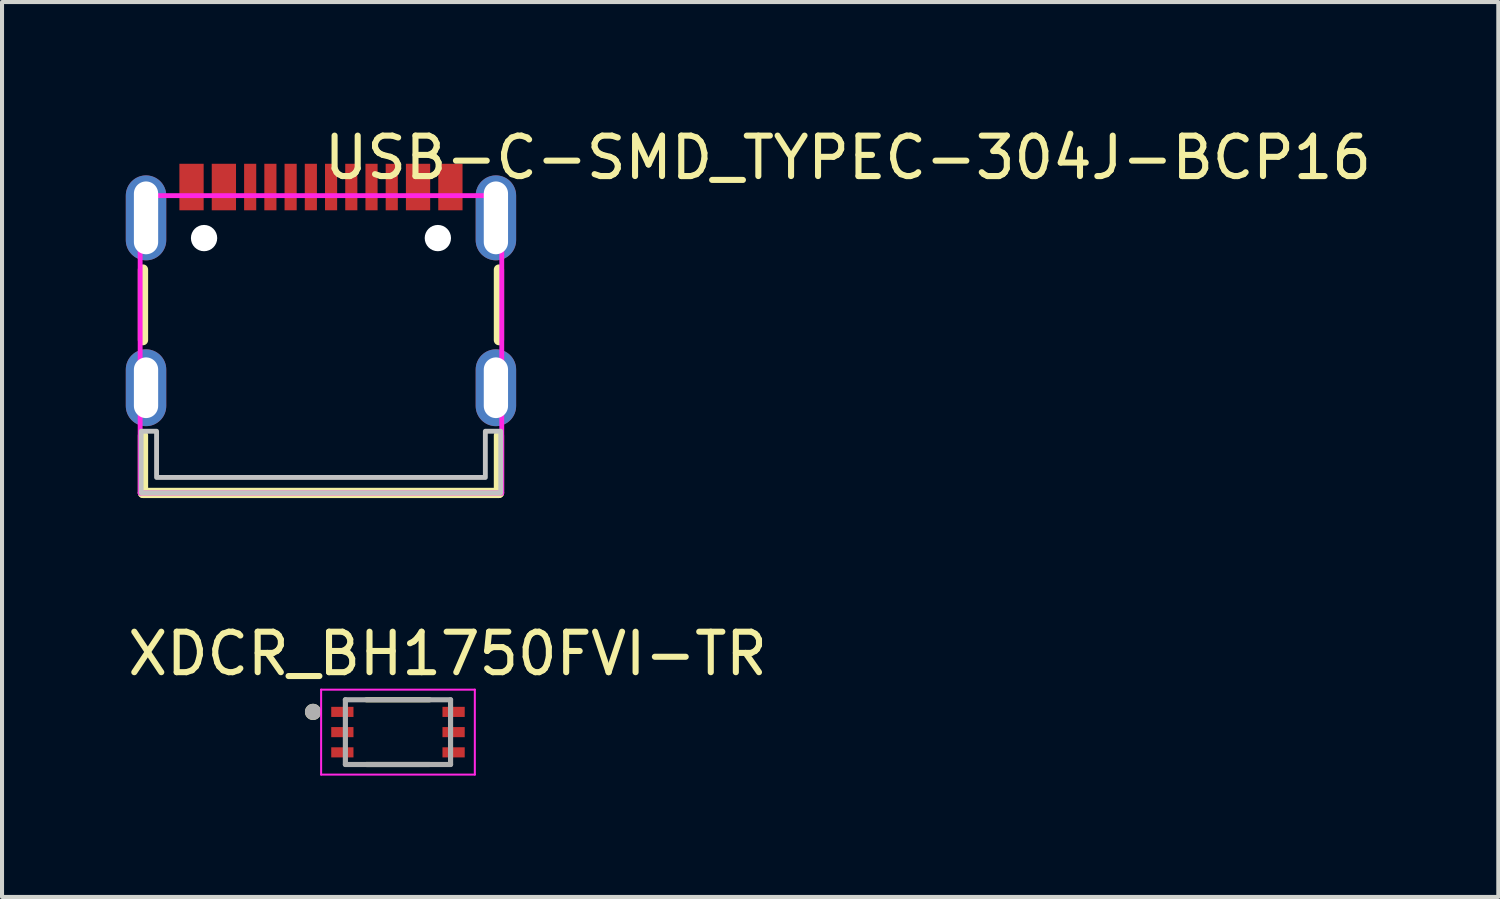
<source format=kicad_pcb>
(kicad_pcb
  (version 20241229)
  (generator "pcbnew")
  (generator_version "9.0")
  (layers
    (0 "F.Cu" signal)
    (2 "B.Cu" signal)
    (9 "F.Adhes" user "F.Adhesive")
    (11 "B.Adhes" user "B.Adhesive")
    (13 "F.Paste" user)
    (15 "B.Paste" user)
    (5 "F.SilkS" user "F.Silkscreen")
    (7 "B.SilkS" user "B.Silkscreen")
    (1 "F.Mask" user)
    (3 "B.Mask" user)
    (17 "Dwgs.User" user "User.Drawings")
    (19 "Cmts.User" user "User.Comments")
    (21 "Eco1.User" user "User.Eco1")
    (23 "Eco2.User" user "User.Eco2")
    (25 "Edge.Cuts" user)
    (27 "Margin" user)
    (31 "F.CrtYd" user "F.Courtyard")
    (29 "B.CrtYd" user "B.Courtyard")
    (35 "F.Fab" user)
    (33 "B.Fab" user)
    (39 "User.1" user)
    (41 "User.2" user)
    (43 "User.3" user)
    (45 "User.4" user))
  (footprint "USB-C-SMD_TYPEC-304J-BCP16"
    (layer "F.Cu")
    (at 4.885 4.055)
    (property "Reference" "USB-C-SMD_TYPEC-304J-BCP16" (at 0 -3.207 0) (layer "F.SilkS") (effects (font (size 1 1) (thickness 0.15)) (justify left)))
    (attr through_hole)
    (fp_line (start -4.4 1.304) (end -4.4 -0.441) (stroke (width 0.254) (type solid)) (layer "F.SilkS"))
    (fp_line (start -4.4 5.081) (end -4.4 3.659) (stroke (width 0.254) (type solid)) (layer "F.SilkS"))
    (fp_line (start -4.4 5.081) (end 4.4 5.081) (stroke (width 0.254) (type solid)) (layer "F.SilkS"))
    (fp_line (start 4.4 1.304) (end 4.4 -0.441) (stroke (width 0.254) (type solid)) (layer "F.SilkS"))
    (fp_line (start 4.4 5.081) (end 4.4 3.659) (stroke (width 0.254) (type solid)) (layer "F.SilkS"))
    (fp_poly (pts (xy -3.5 -3.056) (xy -2.9 -3.056) (xy -2.9 -1.906) (xy -3.5 -1.906)) (stroke (width 0.12) (type solid)) (fill yes) (layer "F.Paste"))
    (fp_poly (pts (xy -2.7 -3.056) (xy -2.1 -3.056) (xy -2.1 -1.906) (xy -2.7 -1.906)) (stroke (width 0.12) (type solid)) (fill yes) (layer "F.Paste"))
    (fp_poly (pts (xy -1.9 -3.056) (xy -1.6 -3.056) (xy -1.6 -1.906) (xy -1.9 -1.906)) (stroke (width 0.12) (type solid)) (fill yes) (layer "F.Paste"))
    (fp_poly (pts (xy -1.4 -3.056) (xy -1.1 -3.056) (xy -1.1 -1.906) (xy -1.4 -1.906)) (stroke (width 0.12) (type solid)) (fill yes) (layer "F.Paste"))
    (fp_poly (pts (xy -0.9 -3.056) (xy -0.6 -3.056) (xy -0.6 -1.906) (xy -0.9 -1.906)) (stroke (width 0.12) (type solid)) (fill yes) (layer "F.Paste"))
    (fp_poly (pts (xy -0.4 -3.056) (xy -0.1 -3.056) (xy -0.1 -1.906) (xy -0.4 -1.906)) (stroke (width 0.12) (type solid)) (fill yes) (layer "F.Paste"))
    (fp_poly (pts (xy 0.1 -3.056) (xy 0.4 -3.056) (xy 0.4 -1.906) (xy 0.1 -1.906)) (stroke (width 0.12) (type solid)) (fill yes) (layer "F.Paste"))
    (fp_poly (pts (xy 0.6 -3.056) (xy 0.9 -3.056) (xy 0.9 -1.906) (xy 0.6 -1.906)) (stroke (width 0.12) (type solid)) (fill yes) (layer "F.Paste"))
    (fp_poly (pts (xy 1.1 -3.056) (xy 1.4 -3.056) (xy 1.4 -1.906) (xy 1.1 -1.906)) (stroke (width 0.12) (type solid)) (fill yes) (layer "F.Paste"))
    (fp_poly (pts (xy 1.6 -3.056) (xy 1.9 -3.056) (xy 1.9 -1.906) (xy 1.6 -1.906)) (stroke (width 0.12) (type solid)) (fill yes) (layer "F.Paste"))
    (fp_poly (pts (xy 2.1 -3.056) (xy 2.7 -3.056) (xy 2.7 -1.906) (xy 2.1 -1.906)) (stroke (width 0.12) (type solid)) (fill yes) (layer "F.Paste"))
    (fp_poly (pts (xy 2.9 -3.056) (xy 3.5 -3.056) (xy 3.5 -1.906) (xy 2.9 -1.906)) (stroke (width 0.12) (type solid)) (fill yes) (layer "F.Paste"))
    (fp_poly (pts (xy -4.825 -2.269) (xy -4.815 -2.366) (xy -4.787 -2.46) (xy -4.741 -2.546) (xy -4.679 -2.622) (xy -4.603 -2.684) (xy -4.516 -2.731) (xy -4.423 -2.759) (xy -4.325 -2.769) (xy -4.227 -2.759) (xy -4.134 -2.731) (xy -4.047 -2.684) (xy -3.971 -2.622) (xy -3.909 -2.546) (xy -3.863 -2.46) (xy -3.835 -2.366) (xy -3.825 -2.269) (xy -3.825 -1.169) (xy -3.835 -1.071) (xy -3.863 -0.977) (xy -3.909 -0.891) (xy -3.971 -0.815) (xy -4.047 -0.753) (xy -4.134 -0.707) (xy -4.227 -0.678) (xy -4.325 -0.669) (xy -4.423 -0.678) (xy -4.516 -0.707) (xy -4.603 -0.753) (xy -4.679 -0.815) (xy -4.741 -0.891) (xy -4.787 -0.977) (xy -4.815 -1.071) (xy -4.825 -1.169)) (stroke (width 0.12) (type solid)) (fill yes) (layer "F.Paste"))
    (fp_poly (pts (xy -4.825 2.031) (xy -4.815 1.934) (xy -4.787 1.84) (xy -4.741 1.754) (xy -4.679 1.678) (xy -4.603 1.616) (xy -4.516 1.569) (xy -4.423 1.541) (xy -4.325 1.531) (xy -4.227 1.541) (xy -4.134 1.569) (xy -4.047 1.616) (xy -3.971 1.678) (xy -3.909 1.754) (xy -3.863 1.84) (xy -3.835 1.934) (xy -3.825 2.031) (xy -3.825 2.931) (xy -3.835 3.029) (xy -3.863 3.123) (xy -3.909 3.209) (xy -3.971 3.285) (xy -4.047 3.347) (xy -4.134 3.393) (xy -4.227 3.422) (xy -4.325 3.431) (xy -4.423 3.422) (xy -4.516 3.393) (xy -4.603 3.347) (xy -4.679 3.285) (xy -4.741 3.209) (xy -4.787 3.123) (xy -4.815 3.029) (xy -4.825 2.931)) (stroke (width 0.12) (type solid)) (fill yes) (layer "F.Paste"))
    (fp_poly (pts (xy 3.825 -2.269) (xy 3.835 -2.366) (xy 3.863 -2.46) (xy 3.909 -2.546) (xy 3.971 -2.622) (xy 4.047 -2.684) (xy 4.134 -2.731) (xy 4.227 -2.759) (xy 4.325 -2.769) (xy 4.423 -2.759) (xy 4.516 -2.731) (xy 4.603 -2.684) (xy 4.679 -2.622) (xy 4.741 -2.546) (xy 4.787 -2.46) (xy 4.815 -2.366) (xy 4.825 -2.269) (xy 4.825 -1.169) (xy 4.815 -1.071) (xy 4.787 -0.977) (xy 4.741 -0.891) (xy 4.679 -0.815) (xy 4.603 -0.753) (xy 4.516 -0.707) (xy 4.423 -0.678) (xy 4.325 -0.669) (xy 4.227 -0.678) (xy 4.134 -0.707) (xy 4.047 -0.753) (xy 3.971 -0.815) (xy 3.909 -0.891) (xy 3.863 -0.977) (xy 3.835 -1.071) (xy 3.825 -1.169)) (stroke (width 0.12) (type solid)) (fill yes) (layer "F.Paste"))
    (fp_poly (pts (xy 3.825 2.031) (xy 3.835 1.934) (xy 3.863 1.84) (xy 3.909 1.754) (xy 3.971 1.678) (xy 4.047 1.616) (xy 4.134 1.569) (xy 4.227 1.541) (xy 4.325 1.531) (xy 4.423 1.541) (xy 4.516 1.569) (xy 4.603 1.616) (xy 4.679 1.678) (xy 4.741 1.754) (xy 4.787 1.84) (xy 4.815 1.934) (xy 4.825 2.031) (xy 4.825 2.931) (xy 4.815 3.029) (xy 4.787 3.123) (xy 4.741 3.209) (xy 4.679 3.285) (xy 4.603 3.347) (xy 4.516 3.393) (xy 4.423 3.422) (xy 4.325 3.431) (xy 4.227 3.422) (xy 4.134 3.393) (xy 4.047 3.347) (xy 3.971 3.285) (xy 3.909 3.209) (xy 3.863 3.123) (xy 3.835 3.029) (xy 3.825 2.931)) (stroke (width 0.12) (type solid)) (fill yes) (layer "F.Paste"))
    (fp_circle (center -2.89 -1.219) (end -2.74 -1.219) (stroke (width 0.3) (type solid)) (fill no) (layer "Dwgs.User"))
    (fp_circle (center 2.89 -1.219) (end 3.04 -1.219) (stroke (width 0.3) (type solid)) (fill no) (layer "Dwgs.User"))
    (fp_poly (pts (xy -4.445 3.556) (xy -4.445 5.08) (xy 4.445 5.08) (xy 4.445 3.556) (xy 4.064 3.556) (xy 4.064 4.699) (xy -4.064 4.699) (xy -4.064 3.556)) (stroke (width 0.12) (type solid)) (fill no) (layer "Dwgs.User"))
    (fp_circle (center -4.475 -2.769) (end -4.445 -2.769) (stroke (width 0.06) (type solid)) (fill no) (layer "Eco2.User"))
    (fp_poly (pts (xy -4.475 -2.269) (xy -4.175 -2.269) (xy -4.175 -1.169) (xy -4.475 -1.169)) (stroke (width 0.12) (type solid)) (fill no) (layer "Eco2.User"))
    (fp_poly (pts (xy -4.475 2.081) (xy -4.175 2.081) (xy -4.175 2.881) (xy -4.475 2.881)) (stroke (width 0.12) (type solid)) (fill no) (layer "Eco2.User"))
    (fp_poly (pts (xy -3.4 -2.769) (xy -3 -2.769) (xy -3 -2.169) (xy -3.4 -2.169)) (stroke (width 0.12) (type solid)) (fill no) (layer "Eco2.User"))
    (fp_poly (pts (xy -2.6 -2.769) (xy -2.2 -2.769) (xy -2.2 -2.169) (xy -2.6 -2.169)) (stroke (width 0.12) (type solid)) (fill no) (layer "Eco2.User"))
    (fp_poly (pts (xy -1.85 -2.769) (xy -1.65 -2.769) (xy -1.65 -2.169) (xy -1.85 -2.169)) (stroke (width 0.12) (type solid)) (fill no) (layer "Eco2.User"))
    (fp_poly (pts (xy -1.35 -2.769) (xy -1.15 -2.769) (xy -1.15 -2.169) (xy -1.35 -2.169)) (stroke (width 0.12) (type solid)) (fill no) (layer "Eco2.User"))
    (fp_poly (pts (xy -0.85 -2.769) (xy -0.65 -2.769) (xy -0.65 -2.169) (xy -0.85 -2.169)) (stroke (width 0.12) (type solid)) (fill no) (layer "Eco2.User"))
    (fp_poly (pts (xy -0.35 -2.769) (xy -0.15 -2.769) (xy -0.15 -2.169) (xy -0.35 -2.169)) (stroke (width 0.12) (type solid)) (fill no) (layer "Eco2.User"))
    (fp_poly (pts (xy 0.15 -2.769) (xy 0.35 -2.769) (xy 0.35 -2.169) (xy 0.15 -2.169)) (stroke (width 0.12) (type solid)) (fill no) (layer "Eco2.User"))
    (fp_poly (pts (xy 0.65 -2.769) (xy 0.85 -2.769) (xy 0.85 -2.169) (xy 0.65 -2.169)) (stroke (width 0.12) (type solid)) (fill no) (layer "Eco2.User"))
    (fp_poly (pts (xy 1.15 -2.769) (xy 1.35 -2.769) (xy 1.35 -2.169) (xy 1.15 -2.169)) (stroke (width 0.12) (type solid)) (fill no) (layer "Eco2.User"))
    (fp_poly (pts (xy 1.65 -2.769) (xy 1.85 -2.769) (xy 1.85 -2.169) (xy 1.65 -2.169)) (stroke (width 0.12) (type solid)) (fill no) (layer "Eco2.User"))
    (fp_poly (pts (xy 2.2 -2.769) (xy 2.6 -2.769) (xy 2.6 -2.169) (xy 2.2 -2.169)) (stroke (width 0.12) (type solid)) (fill no) (layer "Eco2.User"))
    (fp_poly (pts (xy 3 -2.769) (xy 3.4 -2.769) (xy 3.4 -2.169) (xy 3 -2.169)) (stroke (width 0.12) (type solid)) (fill no) (layer "Eco2.User"))
    (fp_poly (pts (xy 4.175 -2.269) (xy 4.475 -2.269) (xy 4.475 -1.169) (xy 4.175 -1.169)) (stroke (width 0.12) (type solid)) (fill no) (layer "Eco2.User"))
    (fp_poly (pts (xy 4.175 2.081) (xy 4.475 2.081) (xy 4.475 2.881) (xy 4.175 2.881)) (stroke (width 0.12) (type solid)) (fill no) (layer "Eco2.User"))
    (fp_line (start -4.47 -2.269) (end 4.47 -2.269) (stroke (width 0.12) (type solid)) (layer "F.CrtYd"))
    (fp_line (start -4.47 5.082) (end -4.47 -2.269) (stroke (width 0.12) (type solid)) (layer "F.CrtYd"))
    (fp_line (start 4.47 -2.269) (end 4.47 5.082) (stroke (width 0.12) (type solid)) (layer "F.CrtYd"))
    (fp_line (start 4.47 5.082) (end -4.47 5.082) (stroke (width 0.12) (type solid)) (layer "F.CrtYd"))
    (pad "" np_thru_hole circle (at -2.89 -1.219) (size 0.65 0.65) (drill 0.65) (layers "*.Cu" "*.Mask"))
    (pad "" np_thru_hole circle (at 2.89 -1.219) (size 0.65 0.65) (drill 0.65) (layers "*.Cu" "*.Mask"))
    (pad "13" thru_hole oval (at -4.325 -1.719) (size 1 2.1) (drill oval 0.6 1.8) (layers "*.Cu" "*.Mask"))
    (pad "14" thru_hole oval (at 4.325 -1.719) (size 1 2.1) (drill oval 0.6 1.8) (layers "*.Cu" "*.Mask"))
    (pad "15" thru_hole oval (at -4.325 2.481) (size 1 1.9) (drill oval 0.6 1.5) (layers "*.Cu" "*.Mask"))
    (pad "16" thru_hole oval (at 4.325 2.481) (size 1 1.9) (drill oval 0.6 1.5) (layers "*.Cu" "*.Mask"))
    (pad "A1B12" smd rect (at -3.2 -2.481) (size 0.6 1.15) (layers "F.Cu" "F.Mask" "F.Paste"))
    (pad "A4B9" smd rect (at -2.4 -2.481) (size 0.6 1.15) (layers "F.Cu" "F.Mask" "F.Paste"))
    (pad "A5" smd rect (at -1.25 -2.481) (size 0.3 1.15) (layers "F.Cu" "F.Mask" "F.Paste"))
    (pad "A6" smd rect (at -0.25 -2.481) (size 0.3 1.15) (layers "F.Cu" "F.Mask" "F.Paste"))
    (pad "A7" smd rect (at 0.25 -2.481) (size 0.3 1.15) (layers "F.Cu" "F.Mask" "F.Paste"))
    (pad "A8" smd rect (at 1.25 -2.481) (size 0.3 1.15) (layers "F.Cu" "F.Mask" "F.Paste"))
    (pad "B1A12" smd rect (at 3.2 -2.481) (size 0.6 1.15) (layers "F.Cu" "F.Mask" "F.Paste"))
    (pad "B4A9" smd rect (at 2.4 -2.481) (size 0.6 1.15) (layers "F.Cu" "F.Mask" "F.Paste"))
    (pad "B5" smd rect (at 1.75 -2.481) (size 0.3 1.15) (layers "F.Cu" "F.Mask" "F.Paste"))
    (pad "B6" smd rect (at 0.75 -2.481) (size 0.3 1.15) (layers "F.Cu" "F.Mask" "F.Paste"))
    (pad "B7" smd rect (at -0.75 -2.481) (size 0.3 1.15) (layers "F.Cu" "F.Mask" "F.Paste"))
    (pad "B8" smd rect (at -1.75 -2.481) (size 0.3 1.15) (layers "F.Cu" "F.Mask" "F.Paste")))
  (footprint "XDCR_BH1750FVI-TR"
    (layer "F.Cu")
    (at 6.789 15.05)
    (property "Reference" "XDCR_BH1750FVI-TR" (at 1.227 -1.937 0) (layer "F.SilkS") (effects (font (size 1.001 1.001) (thickness 0.15))))
    (attr through_hole)
    (fp_line (start -0.78 0.8) (end 0.78 0.8) (stroke (width 0.127) (type solid)) (layer "F.SilkS"))
    (fp_line (start 0.78 -0.8) (end -0.78 -0.8) (stroke (width 0.127) (type solid)) (layer "F.SilkS"))
    (fp_circle (center -2.1 -0.5) (end -2 -0.5) (stroke (width 0.2) (type solid)) (fill no) (layer "F.SilkS"))
    (fp_line (start -1.9 -1.05) (end 1.9 -1.05) (stroke (width 0.05) (type solid)) (layer "F.CrtYd"))
    (fp_line (start -1.9 1.05) (end -1.9 -1.05) (stroke (width 0.05) (type solid)) (layer "F.CrtYd"))
    (fp_line (start 1.9 -1.05) (end 1.9 1.05) (stroke (width 0.05) (type solid)) (layer "F.CrtYd"))
    (fp_line (start 1.9 1.05) (end -1.9 1.05) (stroke (width 0.05) (type solid)) (layer "F.CrtYd"))
    (fp_line (start -1.3 -0.8) (end -1.3 0.8) (stroke (width 0.127) (type solid)) (layer "F.Fab"))
    (fp_line (start -1.3 0.8) (end 1.3 0.8) (stroke (width 0.127) (type solid)) (layer "F.Fab"))
    (fp_line (start 1.3 -0.8) (end -1.3 -0.8) (stroke (width 0.127) (type solid)) (layer "F.Fab"))
    (fp_line (start 1.3 0.8) (end 1.3 -0.8) (stroke (width 0.127) (type solid)) (layer "F.Fab"))
    (fp_circle (center -2.1 -0.5) (end -2 -0.5) (stroke (width 0.2) (type solid)) (fill no) (layer "F.Fab"))
    (pad "1" smd rect (at -1.375 -0.5) (size 0.55 0.25) (layers "F.Cu" "F.Mask" "F.Paste"))
    (pad "2" smd rect (at -1.375 0) (size 0.55 0.25) (layers "F.Cu" "F.Mask" "F.Paste"))
    (pad "3" smd rect (at -1.375 0.5) (size 0.55 0.25) (layers "F.Cu" "F.Mask" "F.Paste"))
    (pad "4" smd rect (at 1.375 0.5) (size 0.55 0.25) (layers "F.Cu" "F.Mask" "F.Paste"))
    (pad "5" smd rect (at 1.375 0) (size 0.55 0.25) (layers "F.Cu" "F.Mask" "F.Paste"))
    (pad "6" smd rect (at 1.375 -0.5) (size 0.55 0.25) (layers "F.Cu" "F.Mask" "F.Paste")))
  (gr_rect
    (start -3 -3)
    (end 33.992 19.125)
    (stroke (width 0.1) (type default))
    (fill no)
    (layer "Edge.Cuts")))
</source>
